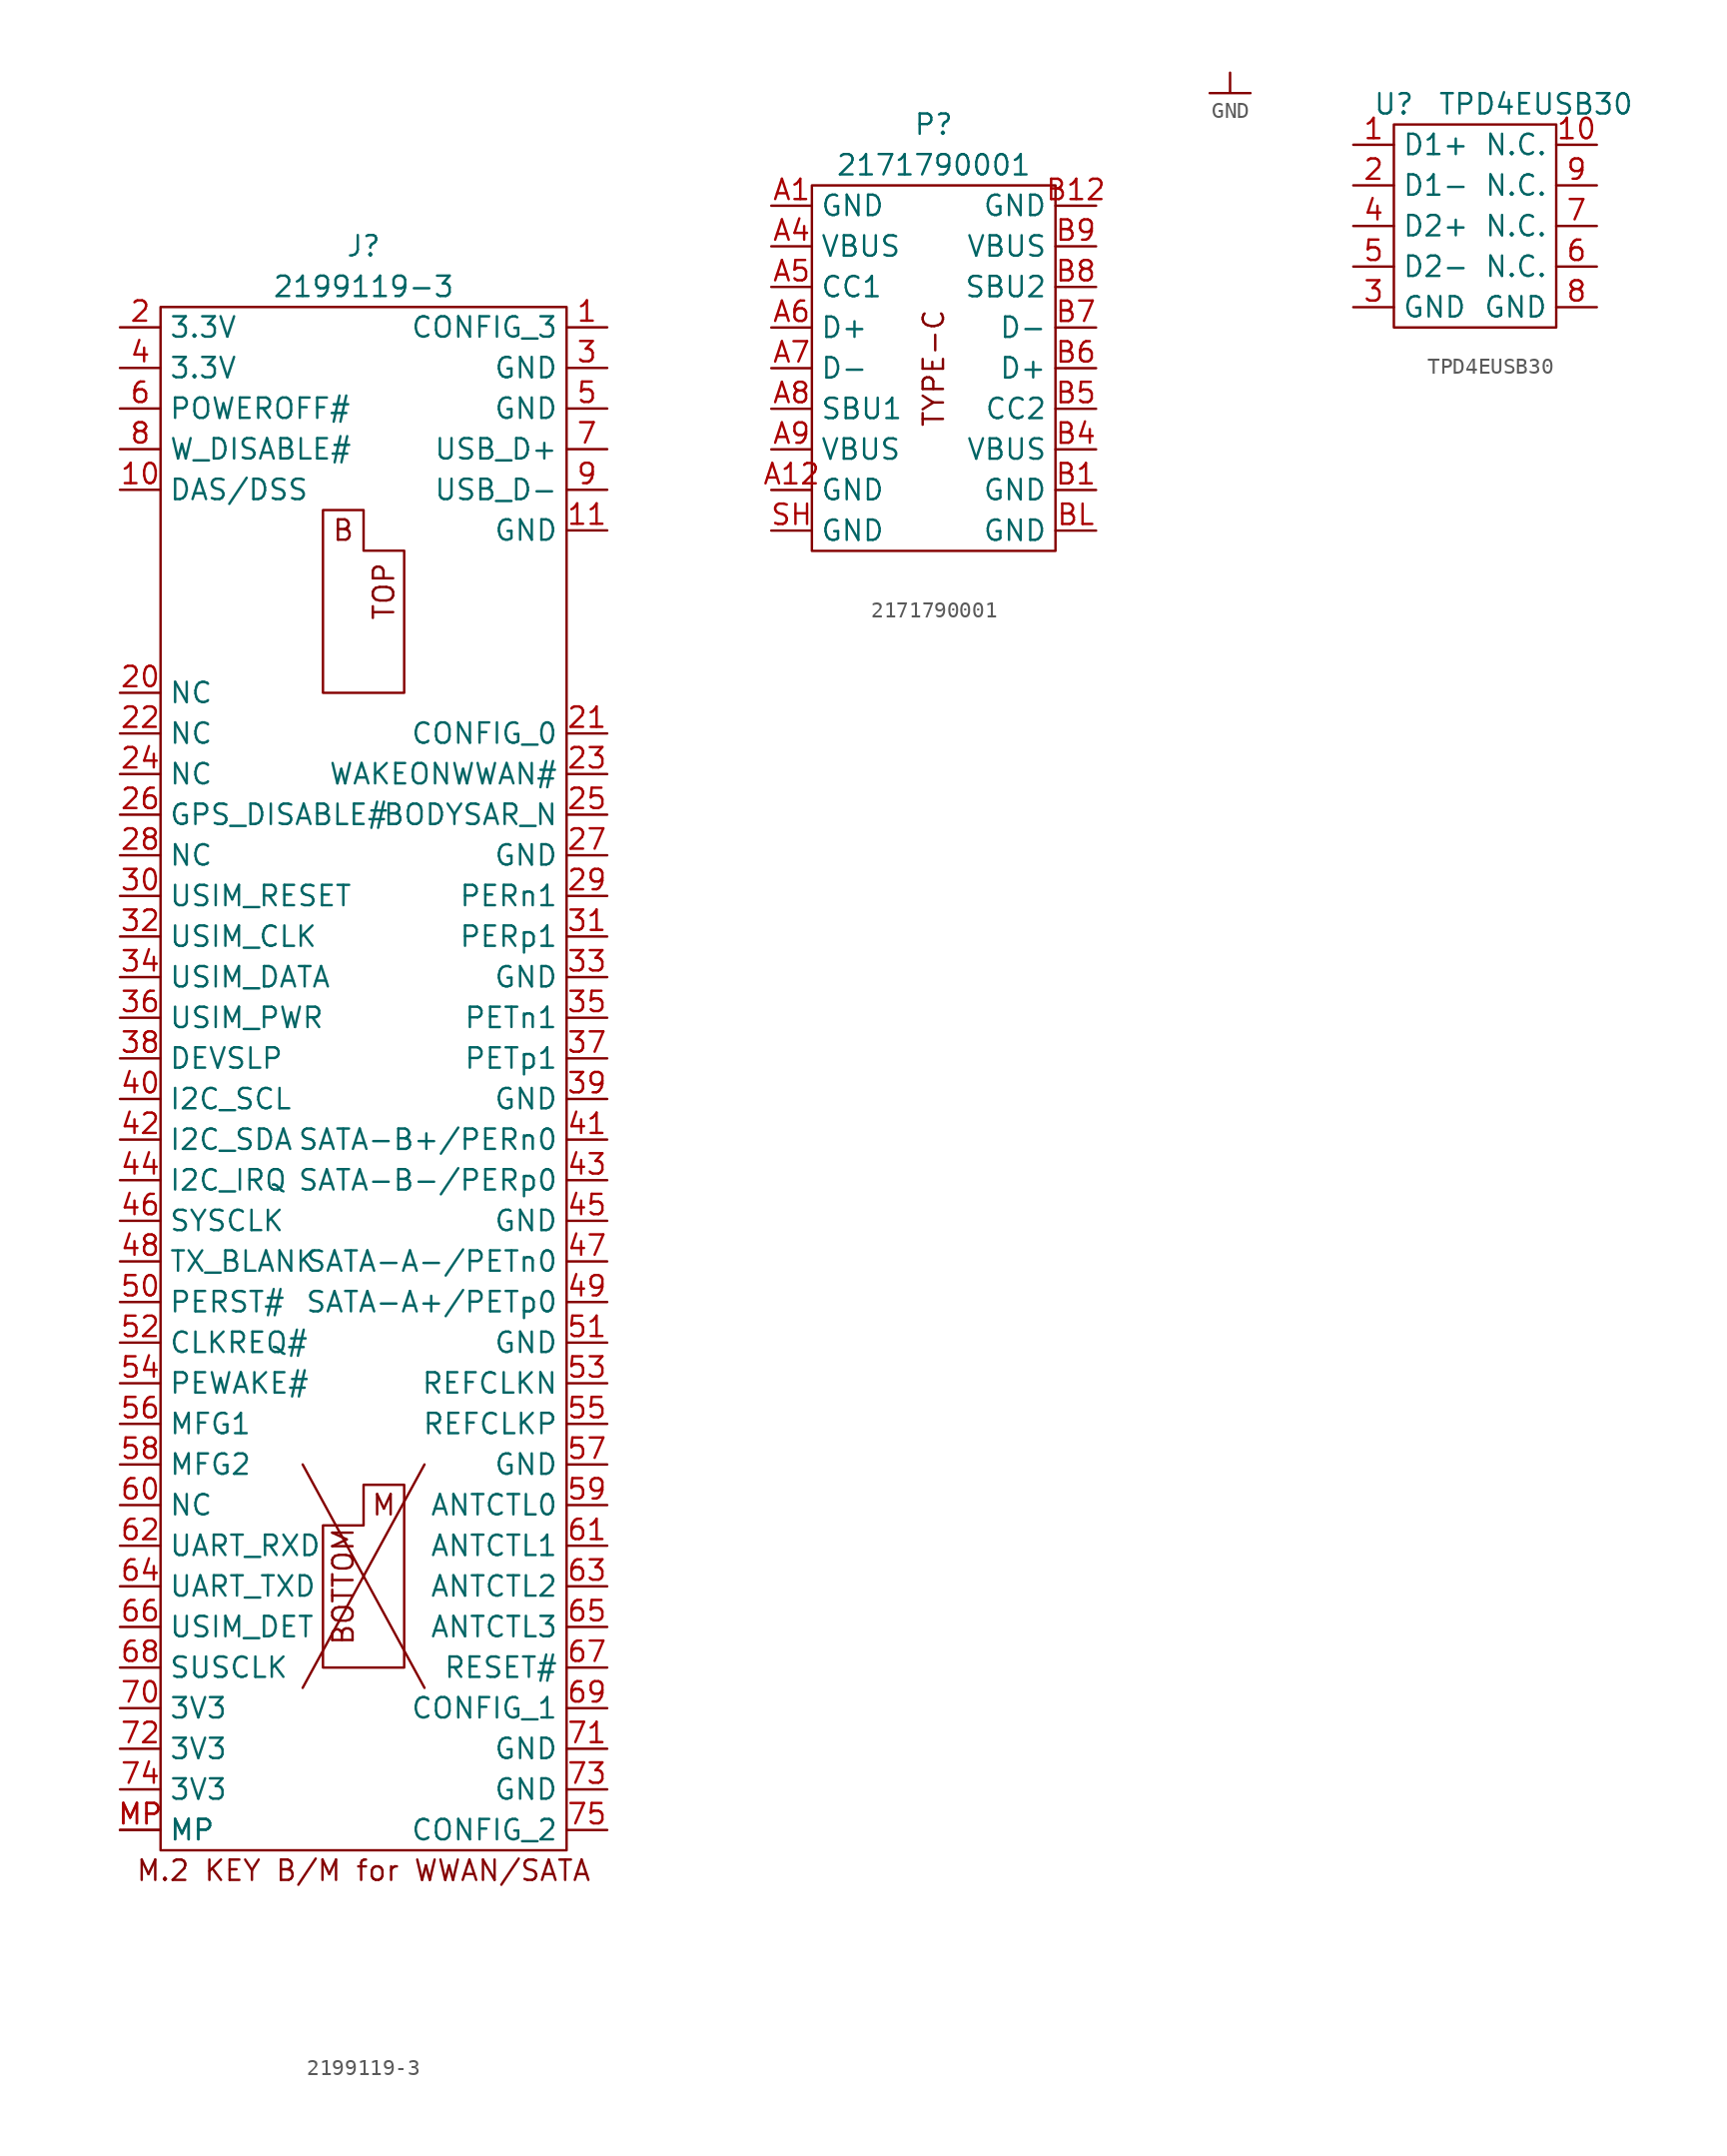
<source format=kicad_sym>
(kicad_symbol_lib
  (version 20220914)
  (generator kicad_symbol_editor)
  (symbol "2199119-3"
    (property "Reference" "J"
      (at 0 50.8 0)
      (effects (font (size 1.27 1.27))))
    (property "Value" "2199119-3"
      (at 0 48.26 0)
      (effects (font (size 1.27 1.27))))
    (symbol "2199119-3_0_0"
      (rectangle (start -12.7 46.99) (end 12.7 -49.53) (stroke (width 0) (type default)) (fill (type none)))
      (polyline (pts (xy 2.54 -26.67) (xy 0 -26.67) (xy 0 -29.21) (xy -2.54 -29.21) (xy -2.54 -38.1) (xy 2.54 -38.1) (xy 2.54 -26.67)) (stroke (width 0) (type default)) (fill (type none)))
      (polyline (pts (xy 2.54 31.75) (xy 0 31.75) (xy 0 34.29) (xy -2.54 34.29) (xy -2.54 22.86) (xy 2.54 22.86) (xy 2.54 31.75)) (stroke (width 0) (type default)) (fill (type none)))
      (text "B" (at -1.27 33.02 0) (effects (font (size 1.27 1.27))))
      (text "BOTTOM" (at -1.27 -33.02 900) (effects (font (size 1.27 1.27))))
      (text "M" (at 1.27 -27.94 0) (effects (font (size 1.27 1.27))))
      (text "M.2 KEY B/M for WWAN/SATA" (at 0 -50.8 0) (effects (font (size 1.27 1.27))))
      (text "TOP" (at 1.27 29.21 900) (effects (font (size 1.27 1.27))))
      (pin input line (at 15.24 45.72 180) (length 2.54) (name "CONFIG_3" (effects (font (size 1.27 1.27)))) (number "1" (effects (font (size 1.27 1.27)))))
      (pin output line (at -15.24 35.56 0) (length 2.54) (name "DAS/DSS" (effects (font (size 1.27 1.27)))) (number "10" (effects (font (size 1.27 1.27)))))
      (pin power_in line (at 15.24 33.02 180) (length 2.54) (name "GND" (effects (font (size 1.27 1.27)))) (number "11" (effects (font (size 1.27 1.27)))))
      (pin power_in line (at -15.24 45.72 0) (length 2.54) (name "3.3V" (effects (font (size 1.27 1.27)))) (number "2" (effects (font (size 1.27 1.27)))))
      (pin passive line (at -15.24 22.86 0) (length 2.54) (name "NC" (effects (font (size 1.27 1.27)))) (number "20" (effects (font (size 1.27 1.27)))))
      (pin input line (at 15.24 20.32 180) (length 2.54) (name "CONFIG_0" (effects (font (size 1.27 1.27)))) (number "21" (effects (font (size 1.27 1.27)))))
      (pin passive line (at -15.24 20.32 0) (length 2.54) (name "NC" (effects (font (size 1.27 1.27)))) (number "22" (effects (font (size 1.27 1.27)))))
      (pin output line (at 15.24 17.78 180) (length 2.54) (name "WAKEONWWAN#" (effects (font (size 1.27 1.27)))) (number "23" (effects (font (size 1.27 1.27)))))
      (pin passive line (at -15.24 17.78 0) (length 2.54) (name "NC" (effects (font (size 1.27 1.27)))) (number "24" (effects (font (size 1.27 1.27)))))
      (pin input line (at 15.24 15.24 180) (length 2.54) (name "BODYSAR_N" (effects (font (size 1.27 1.27)))) (number "25" (effects (font (size 1.27 1.27)))))
      (pin input line (at -15.24 15.24 0) (length 2.54) (name "GPS_DISABLE#" (effects (font (size 1.27 1.27)))) (number "26" (effects (font (size 1.27 1.27)))))
      (pin power_in line (at 15.24 12.7 180) (length 2.54) (name "GND" (effects (font (size 1.27 1.27)))) (number "27" (effects (font (size 1.27 1.27)))))
      (pin passive line (at -15.24 12.7 0) (length 2.54) (name "NC" (effects (font (size 1.27 1.27)))) (number "28" (effects (font (size 1.27 1.27)))))
      (pin input line (at 15.24 10.16 180) (length 2.54) (name "PERn1" (effects (font (size 1.27 1.27)))) (number "29" (effects (font (size 1.27 1.27)))))
      (pin power_in line (at 15.24 43.18 180) (length 2.54) (name "GND" (effects (font (size 1.27 1.27)))) (number "3" (effects (font (size 1.27 1.27)))))
      (pin output line (at -15.24 10.16 0) (length 2.54) (name "USIM_RESET" (effects (font (size 1.27 1.27)))) (number "30" (effects (font (size 1.27 1.27)))))
      (pin input line (at 15.24 7.62 180) (length 2.54) (name "PERp1" (effects (font (size 1.27 1.27)))) (number "31" (effects (font (size 1.27 1.27)))))
      (pin output line (at -15.24 7.62 0) (length 2.54) (name "USIM_CLK" (effects (font (size 1.27 1.27)))) (number "32" (effects (font (size 1.27 1.27)))))
      (pin power_in line (at 15.24 5.08 180) (length 2.54) (name "GND" (effects (font (size 1.27 1.27)))) (number "33" (effects (font (size 1.27 1.27)))))
      (pin bidirectional line (at -15.24 5.08 0) (length 2.54) (name "USIM_DATA" (effects (font (size 1.27 1.27)))) (number "34" (effects (font (size 1.27 1.27)))))
      (pin output line (at 15.24 2.54 180) (length 2.54) (name "PETn1" (effects (font (size 1.27 1.27)))) (number "35" (effects (font (size 1.27 1.27)))))
      (pin output line (at -15.24 2.54 0) (length 2.54) (name "USIM_PWR" (effects (font (size 1.27 1.27)))) (number "36" (effects (font (size 1.27 1.27)))))
      (pin output line (at 15.24 0 180) (length 2.54) (name "PETp1" (effects (font (size 1.27 1.27)))) (number "37" (effects (font (size 1.27 1.27)))))
      (pin input line (at -15.24 0 0) (length 2.54) (name "DEVSLP" (effects (font (size 1.27 1.27)))) (number "38" (effects (font (size 1.27 1.27)))))
      (pin power_in line (at 15.24 -2.54 180) (length 2.54) (name "GND" (effects (font (size 1.27 1.27)))) (number "39" (effects (font (size 1.27 1.27)))))
      (pin power_in line (at -15.24 43.18 0) (length 2.54) (name "3.3V" (effects (font (size 1.27 1.27)))) (number "4" (effects (font (size 1.27 1.27)))))
      (pin input line (at -15.24 -2.54 0) (length 2.54) (name "I2C_SCL" (effects (font (size 1.27 1.27)))) (number "40" (effects (font (size 1.27 1.27)))))
      (pin output line (at 15.24 -5.08 180) (length 2.54) (name "SATA-B+/PERn0" (effects (font (size 1.27 1.27)))) (number "41" (effects (font (size 1.27 1.27)))))
      (pin bidirectional line (at -15.24 -5.08 0) (length 2.54) (name "I2C_SDA" (effects (font (size 1.27 1.27)))) (number "42" (effects (font (size 1.27 1.27)))))
      (pin input line (at 15.24 -7.62 180) (length 2.54) (name "SATA-B-/PERp0" (effects (font (size 1.27 1.27)))) (number "43" (effects (font (size 1.27 1.27)))))
      (pin input line (at -15.24 -7.62 0) (length 2.54) (name "I2C_IRQ" (effects (font (size 1.27 1.27)))) (number "44" (effects (font (size 1.27 1.27)))))
      (pin power_in line (at 15.24 -10.16 180) (length 2.54) (name "GND" (effects (font (size 1.27 1.27)))) (number "45" (effects (font (size 1.27 1.27)))))
      (pin output line (at -15.24 -10.16 0) (length 2.54) (name "SYSCLK" (effects (font (size 1.27 1.27)))) (number "46" (effects (font (size 1.27 1.27)))))
      (pin input line (at 15.24 -12.7 180) (length 2.54) (name "SATA-A-/PETn0" (effects (font (size 1.27 1.27)))) (number "47" (effects (font (size 1.27 1.27)))))
      (pin output line (at -15.24 -12.7 0) (length 2.54) (name "TX_BLANK" (effects (font (size 1.27 1.27)))) (number "48" (effects (font (size 1.27 1.27)))))
      (pin input line (at 15.24 -15.24 180) (length 2.54) (name "SATA-A+/PETp0" (effects (font (size 1.27 1.27)))) (number "49" (effects (font (size 1.27 1.27)))))
      (pin power_in line (at 15.24 40.64 180) (length 2.54) (name "GND" (effects (font (size 1.27 1.27)))) (number "5" (effects (font (size 1.27 1.27)))))
      (pin input line (at -15.24 -15.24 0) (length 2.54) (name "PERST#" (effects (font (size 1.27 1.27)))) (number "50" (effects (font (size 1.27 1.27)))))
      (pin power_in line (at 15.24 -17.78 180) (length 2.54) (name "GND" (effects (font (size 1.27 1.27)))) (number "51" (effects (font (size 1.27 1.27)))))
      (pin input line (at -15.24 -17.78 0) (length 2.54) (name "CLKREQ#" (effects (font (size 1.27 1.27)))) (number "52" (effects (font (size 1.27 1.27)))))
      (pin input line (at 15.24 -20.32 180) (length 2.54) (name "REFCLKN" (effects (font (size 1.27 1.27)))) (number "53" (effects (font (size 1.27 1.27)))))
      (pin input line (at -15.24 -20.32 0) (length 2.54) (name "PEWAKE#" (effects (font (size 1.27 1.27)))) (number "54" (effects (font (size 1.27 1.27)))))
      (pin input line (at 15.24 -22.86 180) (length 2.54) (name "REFCLKP" (effects (font (size 1.27 1.27)))) (number "55" (effects (font (size 1.27 1.27)))))
      (pin output line (at -15.24 -22.86 0) (length 2.54) (name "MFG1" (effects (font (size 1.27 1.27)))) (number "56" (effects (font (size 1.27 1.27)))))
      (pin power_in line (at 15.24 -25.4 180) (length 2.54) (name "GND" (effects (font (size 1.27 1.27)))) (number "57" (effects (font (size 1.27 1.27)))))
      (pin output line (at -15.24 -25.4 0) (length 2.54) (name "MFG2" (effects (font (size 1.27 1.27)))) (number "58" (effects (font (size 1.27 1.27)))))
      (pin output line (at 15.24 -27.94 180) (length 2.54) (name "ANTCTL0" (effects (font (size 1.27 1.27)))) (number "59" (effects (font (size 1.27 1.27)))))
      (pin input line (at -15.24 40.64 0) (length 2.54) (name "POWEROFF#" (effects (font (size 1.27 1.27)))) (number "6" (effects (font (size 1.27 1.27)))))
      (pin passive line (at -15.24 -27.94 0) (length 2.54) (name "NC" (effects (font (size 1.27 1.27)))) (number "60" (effects (font (size 1.27 1.27)))))
      (pin input line (at 15.24 -30.48 180) (length 2.54) (name "ANTCTL1" (effects (font (size 1.27 1.27)))) (number "61" (effects (font (size 1.27 1.27)))))
      (pin input line (at -15.24 -30.48 0) (length 2.54) (name "UART_RXD" (effects (font (size 1.27 1.27)))) (number "62" (effects (font (size 1.27 1.27)))))
      (pin output line (at 15.24 -33.02 180) (length 2.54) (name "ANTCTL2" (effects (font (size 1.27 1.27)))) (number "63" (effects (font (size 1.27 1.27)))))
      (pin output line (at -15.24 -33.02 0) (length 2.54) (name "UART_TXD" (effects (font (size 1.27 1.27)))) (number "64" (effects (font (size 1.27 1.27)))))
      (pin output line (at 15.24 -35.56 180) (length 2.54) (name "ANTCTL3" (effects (font (size 1.27 1.27)))) (number "65" (effects (font (size 1.27 1.27)))))
      (pin input line (at -15.24 -35.56 0) (length 2.54) (name "USIM_DET" (effects (font (size 1.27 1.27)))) (number "66" (effects (font (size 1.27 1.27)))))
      (pin input line (at 15.24 -38.1 180) (length 2.54) (name "RESET#" (effects (font (size 1.27 1.27)))) (number "67" (effects (font (size 1.27 1.27)))))
      (pin input line (at -15.24 -38.1 0) (length 2.54) (name "SUSCLK" (effects (font (size 1.27 1.27)))) (number "68" (effects (font (size 1.27 1.27)))))
      (pin output line (at 15.24 -40.64 180) (length 2.54) (name "CONFIG_1" (effects (font (size 1.27 1.27)))) (number "69" (effects (font (size 1.27 1.27)))))
      (pin bidirectional line (at 15.24 38.1 180) (length 2.54) (name "USB_D+" (effects (font (size 1.27 1.27)))) (number "7" (effects (font (size 1.27 1.27)))))
      (pin power_in line (at -15.24 -40.64 0) (length 2.54) (name "3V3" (effects (font (size 1.27 1.27)))) (number "70" (effects (font (size 1.27 1.27)))))
      (pin power_in line (at 15.24 -43.18 180) (length 2.54) (name "GND" (effects (font (size 1.27 1.27)))) (number "71" (effects (font (size 1.27 1.27)))))
      (pin power_in line (at -15.24 -43.18 0) (length 2.54) (name "3V3" (effects (font (size 1.27 1.27)))) (number "72" (effects (font (size 1.27 1.27)))))
      (pin power_in line (at 15.24 -45.72 180) (length 2.54) (name "GND" (effects (font (size 1.27 1.27)))) (number "73" (effects (font (size 1.27 1.27)))))
      (pin power_in line (at -15.24 -45.72 0) (length 2.54) (name "3V3" (effects (font (size 1.27 1.27)))) (number "74" (effects (font (size 1.27 1.27)))))
      (pin input line (at 15.24 -48.26 180) (length 2.54) (name "CONFIG_2" (effects (font (size 1.27 1.27)))) (number "75" (effects (font (size 1.27 1.27)))))
      (pin input line (at -15.24 38.1 0) (length 2.54) (name "W_DISABLE#" (effects (font (size 1.27 1.27)))) (number "8" (effects (font (size 1.27 1.27)))))
      (pin bidirectional line (at 15.24 35.56 180) (length 2.54) (name "USB_D-" (effects (font (size 1.27 1.27)))) (number "9" (effects (font (size 1.27 1.27))))))
    (symbol "2199119-3_0_1"
      (polyline (pts (xy -3.81 -25.4) (xy 3.81 -39.37)) (stroke (width 0) (type default)) (fill (type none)))
      (polyline (pts (xy 3.81 -25.4) (xy -3.81 -39.37)) (stroke (width 0) (type default)) (fill (type none))))
    (symbol "2199119-3_1_0"
      (pin passive line (at -15.24 -48.26 0) (length 2.54) (name "MP" (effects (font (size 1.27 1.27)))) (number "MP" (effects (font (size 1.27 1.27)))))
      (pin passive line (at -15.24 -48.26 0) (length 2.54) (name "MP" (effects (font (size 1.27 1.27)))) (number "MP" (effects (font (size 1.27 1.27)))))))
  (symbol "2171790001"
    (property "Reference" "P"
      (at 0 15.24 0)
      (effects (font (size 1.27 1.27))))
    (property "Value" "2171790001"
      (at 0 12.7 0)
      (effects (font (size 1.27 1.27))))
    (symbol "2171790001_0_0"
      (pin passive line (at -10.16 10.16 0) (length 2.54) (name "GND" (effects (font (size 1.27 1.27)))) (number "A1" (effects (font (size 1.27 1.27)))))
      (pin passive line (at -10.16 -7.62 0) (length 2.54) (name "GND" (effects (font (size 1.27 1.27)))) (number "A12" (effects (font (size 1.27 1.27)))))
      (pin passive line (at -10.16 7.62 0) (length 2.54) (name "VBUS" (effects (font (size 1.27 1.27)))) (number "A4" (effects (font (size 1.27 1.27)))))
      (pin passive line (at -10.16 5.08 0) (length 2.54) (name "CC1" (effects (font (size 1.27 1.27)))) (number "A5" (effects (font (size 1.27 1.27)))))
      (pin passive line (at -10.16 2.54 0) (length 2.54) (name "D+" (effects (font (size 1.27 1.27)))) (number "A6" (effects (font (size 1.27 1.27)))))
      (pin passive line (at -10.16 0 0) (length 2.54) (name "D-" (effects (font (size 1.27 1.27)))) (number "A7" (effects (font (size 1.27 1.27)))))
      (pin passive line (at -10.16 -2.54 0) (length 2.54) (name "SBU1" (effects (font (size 1.27 1.27)))) (number "A8" (effects (font (size 1.27 1.27)))))
      (pin passive line (at -10.16 -5.08 0) (length 2.54) (name "VBUS" (effects (font (size 1.27 1.27)))) (number "A9" (effects (font (size 1.27 1.27)))))
      (pin passive line (at 10.16 -7.62 180) (length 2.54) (name "GND" (effects (font (size 1.27 1.27)))) (number "B1" (effects (font (size 1.27 1.27)))))
      (pin passive line (at 10.16 10.16 180) (length 2.54) (name "GND" (effects (font (size 1.27 1.27)))) (number "B12" (effects (font (size 1.27 1.27)))))
      (pin passive line (at 10.16 -5.08 180) (length 2.54) (name "VBUS" (effects (font (size 1.27 1.27)))) (number "B4" (effects (font (size 1.27 1.27)))))
      (pin passive line (at 10.16 -2.54 180) (length 2.54) (name "CC2" (effects (font (size 1.27 1.27)))) (number "B5" (effects (font (size 1.27 1.27)))))
      (pin passive line (at 10.16 0 180) (length 2.54) (name "D+" (effects (font (size 1.27 1.27)))) (number "B6" (effects (font (size 1.27 1.27)))))
      (pin passive line (at 10.16 2.54 180) (length 2.54) (name "D-" (effects (font (size 1.27 1.27)))) (number "B7" (effects (font (size 1.27 1.27)))))
      (pin passive line (at 10.16 5.08 180) (length 2.54) (name "SBU2" (effects (font (size 1.27 1.27)))) (number "B8" (effects (font (size 1.27 1.27)))))
      (pin passive line (at 10.16 7.62 180) (length 2.54) (name "VBUS" (effects (font (size 1.27 1.27)))) (number "B9" (effects (font (size 1.27 1.27))))))
    (symbol "2171790001_0_1"
      (rectangle (start -7.62 11.43) (end 7.62 -11.43) (stroke (width 0) (type default)) (fill (type none))))
    (symbol "2171790001_1_0"
      (pin passive line (at 10.16 -10.16 180) (length 2.54) (name "GND" (effects (font (size 1.27 1.27)))) (number "BL" (effects (font (size 1.27 1.27)))))
      (pin passive line (at -10.16 -10.16 0) (length 2.54) (name "GND" (effects (font (size 1.27 1.27)))) (number "SH" (effects (font (size 1.27 1.27))))))
    (symbol "2171790001_1_1"
      (text "TYPE-C" (at 0 0 900) (effects (font (size 1.27 1.27))))))
  (symbol "GND"
    (power)
    (pin_names
      (offset 0))
    (property "Reference" "#PWR015"
      (at 0 -6.35 0)
      (effects (font (size 1.27 1.27)) hide))
    (symbol "GND_0_1"
      (polyline (pts (xy 0 0) (xy 0 -1.27) (xy 1.27 -1.27) (xy -1.27 -1.27) (xy 0 -1.27)) (stroke (width 0) (type default)) (fill (type none))))
    (symbol "GND_1_1"
      (pin power_in line (at 0 0 270) (length 0) hide (name "GND" (effects (font (size 1.27 1.27)))) (number "1" (effects (font (size 1.27 1.27)))))))
  (symbol "TPD4EUSB30"
    (property "Reference" "U"
      (at -5.08 7.62 0)
      (effects (font (size 1.27 1.27))))
    (property "Value" "TPD4EUSB30"
      (at 3.81 7.62 0)
      (effects (font (size 1.27 1.27))))
    (symbol "TPD4EUSB30_0_0"
      (pin passive line (at -7.62 5.08 0) (length 2.54) (name "D1+" (effects (font (size 1.27 1.27)))) (number "1" (effects (font (size 1.27 1.27)))))
      (pin passive line (at 7.62 5.08 180) (length 2.54) (name "N.C." (effects (font (size 1.27 1.27)))) (number "10" (effects (font (size 1.27 1.27)))))
      (pin passive line (at -7.62 2.54 0) (length 2.54) (name "D1-" (effects (font (size 1.27 1.27)))) (number "2" (effects (font (size 1.27 1.27)))))
      (pin power_in line (at -7.62 -5.08 0) (length 2.54) (name "GND" (effects (font (size 1.27 1.27)))) (number "3" (effects (font (size 1.27 1.27)))))
      (pin passive line (at -7.62 0 0) (length 2.54) (name "D2+" (effects (font (size 1.27 1.27)))) (number "4" (effects (font (size 1.27 1.27)))))
      (pin passive line (at -7.62 -2.54 0) (length 2.54) (name "D2-" (effects (font (size 1.27 1.27)))) (number "5" (effects (font (size 1.27 1.27)))))
      (pin passive line (at 7.62 -2.54 180) (length 2.54) (name "N.C." (effects (font (size 1.27 1.27)))) (number "6" (effects (font (size 1.27 1.27)))))
      (pin passive line (at 7.62 0 180) (length 2.54) (name "N.C." (effects (font (size 1.27 1.27)))) (number "7" (effects (font (size 1.27 1.27)))))
      (pin power_in line (at 7.62 -5.08 180) (length 2.54) (name "GND" (effects (font (size 1.27 1.27)))) (number "8" (effects (font (size 1.27 1.27)))))
      (pin passive line (at 7.62 2.54 180) (length 2.54) (name "N.C." (effects (font (size 1.27 1.27)))) (number "9" (effects (font (size 1.27 1.27))))))
    (symbol "TPD4EUSB30_0_1"
      (rectangle (start -5.08 6.35) (end 5.08 -6.35) (stroke (width 0) (type default)) (fill (type none))))))
</source>
